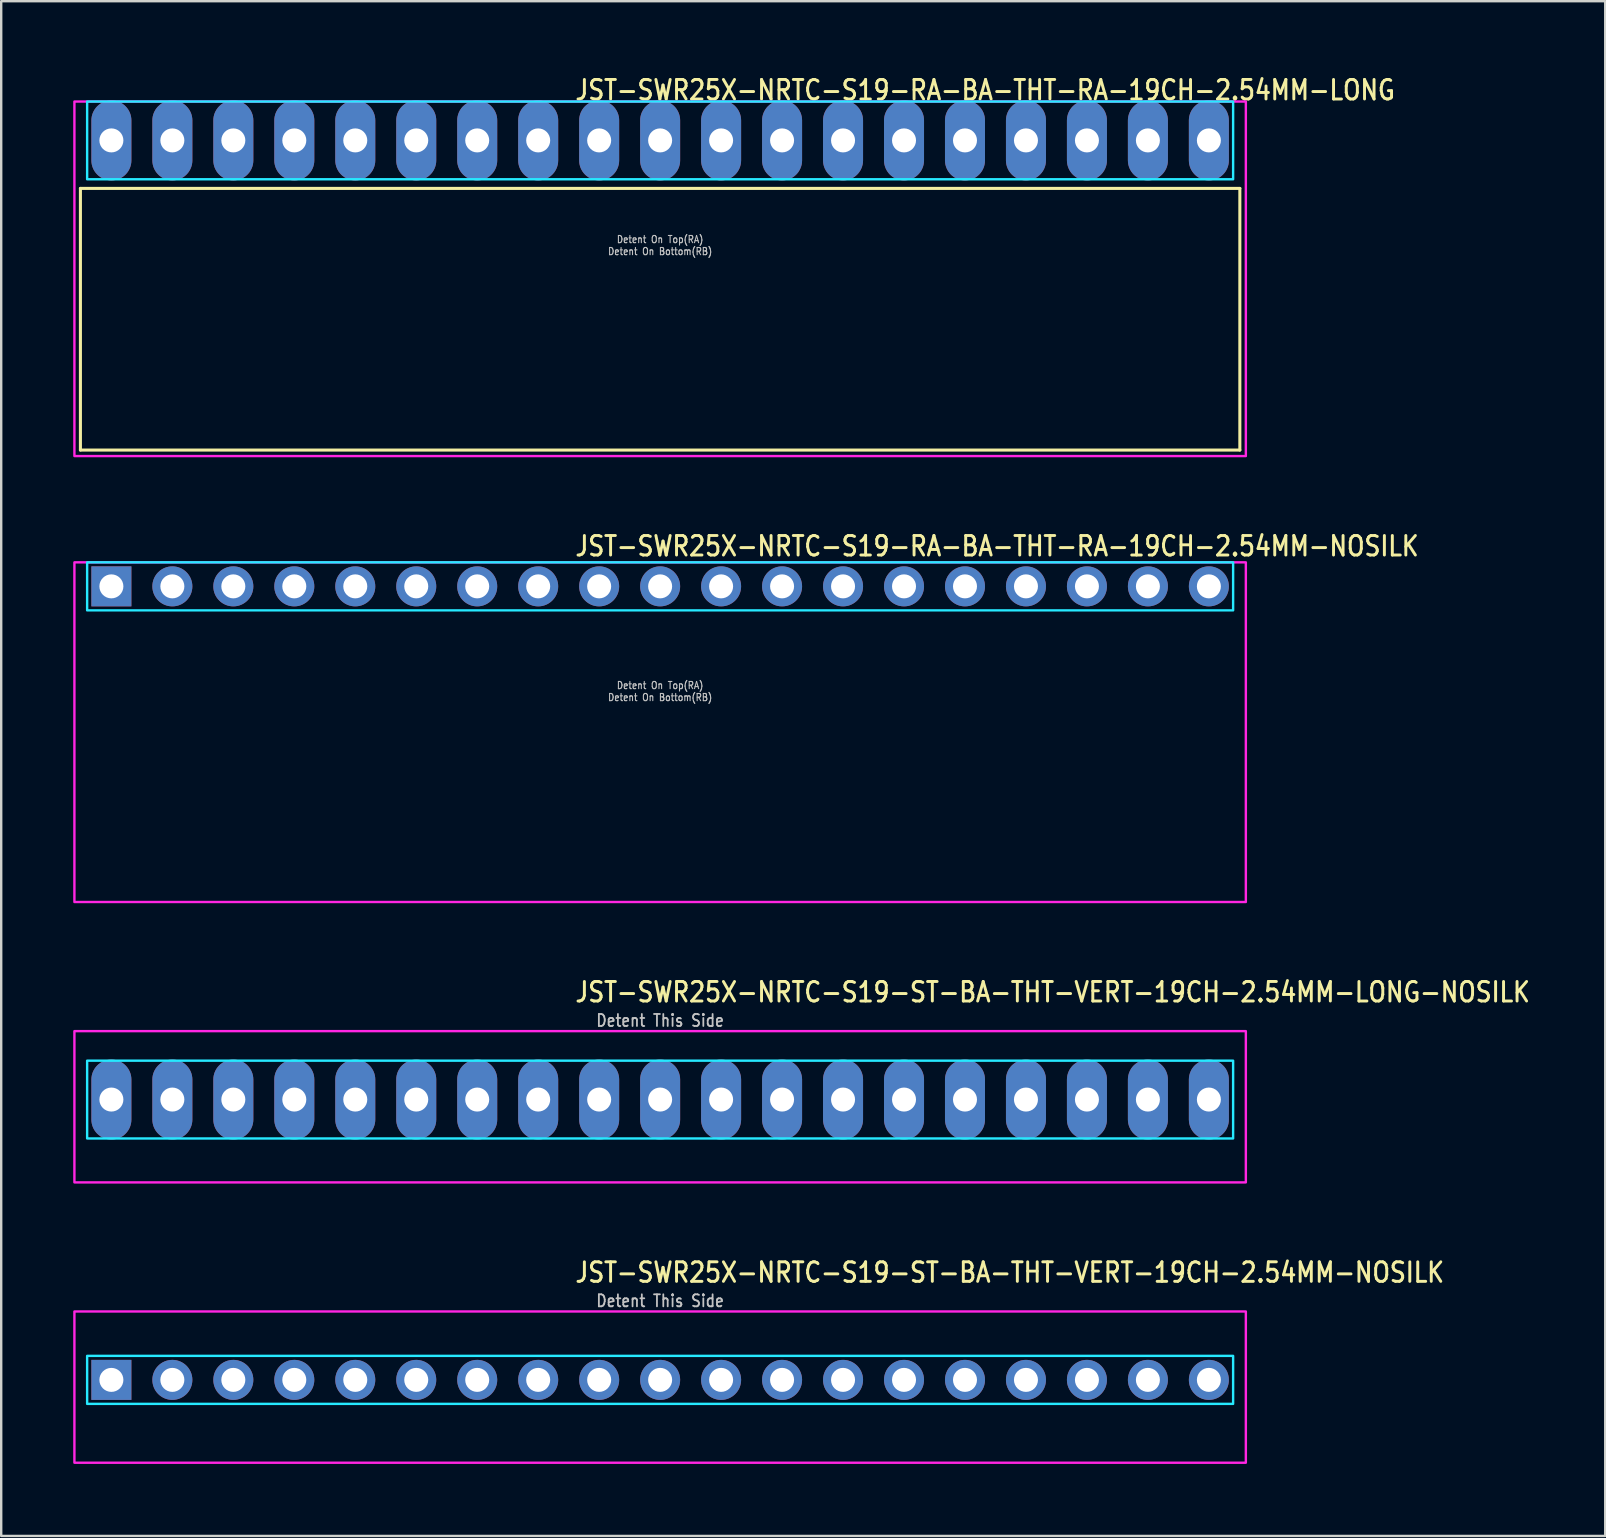
<source format=kicad_pcb>
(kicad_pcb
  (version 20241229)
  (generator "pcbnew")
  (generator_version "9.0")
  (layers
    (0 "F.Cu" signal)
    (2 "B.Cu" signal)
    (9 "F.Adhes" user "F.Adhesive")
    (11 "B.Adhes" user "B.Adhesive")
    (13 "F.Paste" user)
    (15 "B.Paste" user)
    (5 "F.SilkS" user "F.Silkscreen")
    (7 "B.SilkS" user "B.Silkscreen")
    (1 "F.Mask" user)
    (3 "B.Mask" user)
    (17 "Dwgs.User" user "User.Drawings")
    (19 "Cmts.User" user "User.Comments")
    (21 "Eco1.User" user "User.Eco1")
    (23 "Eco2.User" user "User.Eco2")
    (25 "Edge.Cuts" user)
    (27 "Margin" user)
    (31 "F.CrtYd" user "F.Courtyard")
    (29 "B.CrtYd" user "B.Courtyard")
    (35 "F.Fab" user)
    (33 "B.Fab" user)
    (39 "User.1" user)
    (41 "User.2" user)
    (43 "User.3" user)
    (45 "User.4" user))
  (footprint "JST-SWR25X-NRTC-S19-ST-BA-THT-VERT-19CH-2.54MM-LONG-NOSILK"
    (layer "F.Cu")
    (at 24.45 42.756)
    (property "Reference" "JST-SWR25X-NRTC-S19-ST-BA-THT-VERT-19CH-2.54MM-LONG-NOSILK" (at -3.6 -4 0) (unlocked yes) (layer "F.SilkS") (effects (font (size 0.813 0.695) (thickness 0.122)) (justify left bottom)))
    (fp_poly (pts (xy -23.87 -1.62) (xy -23.87 1.62) (xy 23.87 1.62) (xy 23.87 -1.62)) (stroke (width 0.1) (type solid)) (fill no) (layer "B.CrtYd"))
    (fp_poly (pts (xy -24.4 -2.85) (xy -24.4 3.45) (xy 24.4 3.45) (xy 24.4 -2.85)) (stroke (width 0.1) (type solid)) (fill no) (layer "F.CrtYd"))
    (fp_text user "Detent This Side" (at 0 -3 0) (unlocked yes) (layer "Dwgs.User") (effects (font (size 0.5 0.427) (thickness 0.075)) (justify bottom)))
    (pad "P$1" thru_hole oval (at -22.86 0 90) (size 3.333 1.667) (drill 1) (layers "*.Cu" "*.Mask"))
    (pad "P$2" thru_hole oval (at -20.32 0 90) (size 3.333 1.667) (drill 1) (layers "*.Cu" "*.Mask"))
    (pad "P$3" thru_hole oval (at -17.78 0 90) (size 3.333 1.667) (drill 1) (layers "*.Cu" "*.Mask"))
    (pad "P$4" thru_hole oval (at -15.24 0 90) (size 3.333 1.667) (drill 1) (layers "*.Cu" "*.Mask"))
    (pad "P$5" thru_hole oval (at -12.7 0 90) (size 3.333 1.667) (drill 1) (layers "*.Cu" "*.Mask"))
    (pad "P$6" thru_hole oval (at -10.16 0 90) (size 3.333 1.667) (drill 1) (layers "*.Cu" "*.Mask"))
    (pad "P$7" thru_hole oval (at -7.62 0 90) (size 3.333 1.667) (drill 1) (layers "*.Cu" "*.Mask"))
    (pad "P$8" thru_hole oval (at -5.08 0 90) (size 3.333 1.667) (drill 1) (layers "*.Cu" "*.Mask"))
    (pad "P$9" thru_hole oval (at -2.54 0 90) (size 3.333 1.667) (drill 1) (layers "*.Cu" "*.Mask"))
    (pad "P$10" thru_hole oval (at 0 0 90) (size 3.333 1.667) (drill 1) (layers "*.Cu" "*.Mask"))
    (pad "P$11" thru_hole oval (at 2.54 0 90) (size 3.333 1.667) (drill 1) (layers "*.Cu" "*.Mask"))
    (pad "P$12" thru_hole oval (at 5.08 0 90) (size 3.333 1.667) (drill 1) (layers "*.Cu" "*.Mask"))
    (pad "P$13" thru_hole oval (at 7.62 0 90) (size 3.333 1.667) (drill 1) (layers "*.Cu" "*.Mask"))
    (pad "P$14" thru_hole oval (at 10.16 0 90) (size 3.333 1.667) (drill 1) (layers "*.Cu" "*.Mask"))
    (pad "P$15" thru_hole oval (at 12.7 0 90) (size 3.333 1.667) (drill 1) (layers "*.Cu" "*.Mask"))
    (pad "P$16" thru_hole oval (at 15.24 0 90) (size 3.333 1.667) (drill 1) (layers "*.Cu" "*.Mask"))
    (pad "P$17" thru_hole oval (at 17.78 0 90) (size 3.333 1.667) (drill 1) (layers "*.Cu" "*.Mask"))
    (pad "P$18" thru_hole oval (at 20.32 0 90) (size 3.333 1.667) (drill 1) (layers "*.Cu" "*.Mask"))
    (pad "P$19" thru_hole oval (at 22.86 0 90) (size 3.333 1.667) (drill 1) (layers "*.Cu" "*.Mask")))
  (footprint "JST-SWR25X-NRTC-S19-RA-BA-THT-RA-19CH-2.54MM-NOSILK"
    (layer "F.Cu")
    (at 24.45 21.377)
    (property "Reference" "JST-SWR25X-NRTC-S19-RA-BA-THT-RA-19CH-2.54MM-NOSILK" (at -3.6 -1.2 0) (unlocked yes) (layer "F.SilkS") (effects (font (size 0.813 0.695) (thickness 0.122)) (justify left bottom)))
    (fp_poly (pts (xy -23.87 -1) (xy -23.87 1) (xy 23.87 1) (xy 23.87 -1)) (stroke (width 0.1) (type solid)) (fill no) (layer "B.CrtYd"))
    (fp_poly (pts (xy -24.4 -1) (xy -24.4 13.15) (xy 24.4 13.15) (xy 24.4 -1)) (stroke (width 0.1) (type solid)) (fill no) (layer "F.CrtYd"))
    (fp_text user "Detent On Bottom(RB)" (at 0 4.8 0) (unlocked yes) (layer "Dwgs.User") (effects (font (size 0.3 0.257) (thickness 0.045)) (justify bottom)))
    (fp_text user "Detent On Top(RA)" (at 0 4.3 0) (unlocked yes) (layer "Dwgs.User") (effects (font (size 0.3 0.257) (thickness 0.045)) (justify bottom)))
    (pad "P$1" thru_hole rect (at -22.86 0) (size 1.667 1.667) (drill 1) (layers "*.Cu" "*.Mask"))
    (pad "P$2" thru_hole oval (at -20.32 0) (size 1.667 1.667) (drill 1) (layers "*.Cu" "*.Mask"))
    (pad "P$3" thru_hole oval (at -17.78 0) (size 1.667 1.667) (drill 1) (layers "*.Cu" "*.Mask"))
    (pad "P$4" thru_hole oval (at -15.24 0) (size 1.667 1.667) (drill 1) (layers "*.Cu" "*.Mask"))
    (pad "P$5" thru_hole oval (at -12.7 0) (size 1.667 1.667) (drill 1) (layers "*.Cu" "*.Mask"))
    (pad "P$6" thru_hole oval (at -10.16 0) (size 1.667 1.667) (drill 1) (layers "*.Cu" "*.Mask"))
    (pad "P$7" thru_hole oval (at -7.62 0) (size 1.667 1.667) (drill 1) (layers "*.Cu" "*.Mask"))
    (pad "P$8" thru_hole oval (at -5.08 0) (size 1.667 1.667) (drill 1) (layers "*.Cu" "*.Mask"))
    (pad "P$9" thru_hole oval (at -2.54 0) (size 1.667 1.667) (drill 1) (layers "*.Cu" "*.Mask"))
    (pad "P$10" thru_hole oval (at 0 0) (size 1.667 1.667) (drill 1) (layers "*.Cu" "*.Mask"))
    (pad "P$11" thru_hole oval (at 2.54 0) (size 1.667 1.667) (drill 1) (layers "*.Cu" "*.Mask"))
    (pad "P$12" thru_hole oval (at 5.08 0) (size 1.667 1.667) (drill 1) (layers "*.Cu" "*.Mask"))
    (pad "P$13" thru_hole oval (at 7.62 0) (size 1.667 1.667) (drill 1) (layers "*.Cu" "*.Mask"))
    (pad "P$14" thru_hole oval (at 10.16 0) (size 1.667 1.667) (drill 1) (layers "*.Cu" "*.Mask"))
    (pad "P$15" thru_hole oval (at 12.7 0) (size 1.667 1.667) (drill 1) (layers "*.Cu" "*.Mask"))
    (pad "P$16" thru_hole oval (at 15.24 0) (size 1.667 1.667) (drill 1) (layers "*.Cu" "*.Mask"))
    (pad "P$17" thru_hole oval (at 17.78 0) (size 1.667 1.667) (drill 1) (layers "*.Cu" "*.Mask"))
    (pad "P$18" thru_hole oval (at 20.32 0) (size 1.667 1.667) (drill 1) (layers "*.Cu" "*.Mask"))
    (pad "P$19" thru_hole oval (at 22.86 0) (size 1.667 1.667) (drill 1) (layers "*.Cu" "*.Mask")))
  (footprint "JST-SWR25X-NRTC-S19-ST-BA-THT-VERT-19CH-2.54MM-NOSILK"
    (layer "F.Cu")
    (at 24.45 54.434)
    (property "Reference" "JST-SWR25X-NRTC-S19-ST-BA-THT-VERT-19CH-2.54MM-NOSILK" (at -3.6 -4 0) (unlocked yes) (layer "F.SilkS") (effects (font (size 0.813 0.695) (thickness 0.122)) (justify left bottom)))
    (fp_poly (pts (xy -23.87 -1) (xy -23.87 1) (xy 23.87 1) (xy 23.87 -1)) (stroke (width 0.1) (type solid)) (fill no) (layer "B.CrtYd"))
    (fp_poly (pts (xy -24.4 -2.85) (xy -24.4 3.45) (xy 24.4 3.45) (xy 24.4 -2.85)) (stroke (width 0.1) (type solid)) (fill no) (layer "F.CrtYd"))
    (fp_text user "Detent This Side" (at 0 -3 0) (unlocked yes) (layer "Dwgs.User") (effects (font (size 0.5 0.427) (thickness 0.075)) (justify bottom)))
    (pad "P$1" thru_hole rect (at -22.86 0) (size 1.667 1.667) (drill 1) (layers "*.Cu" "*.Mask"))
    (pad "P$2" thru_hole oval (at -20.32 0) (size 1.667 1.667) (drill 1) (layers "*.Cu" "*.Mask"))
    (pad "P$3" thru_hole oval (at -17.78 0) (size 1.667 1.667) (drill 1) (layers "*.Cu" "*.Mask"))
    (pad "P$4" thru_hole oval (at -15.24 0) (size 1.667 1.667) (drill 1) (layers "*.Cu" "*.Mask"))
    (pad "P$5" thru_hole oval (at -12.7 0) (size 1.667 1.667) (drill 1) (layers "*.Cu" "*.Mask"))
    (pad "P$6" thru_hole oval (at -10.16 0) (size 1.667 1.667) (drill 1) (layers "*.Cu" "*.Mask"))
    (pad "P$7" thru_hole oval (at -7.62 0) (size 1.667 1.667) (drill 1) (layers "*.Cu" "*.Mask"))
    (pad "P$8" thru_hole oval (at -5.08 0) (size 1.667 1.667) (drill 1) (layers "*.Cu" "*.Mask"))
    (pad "P$9" thru_hole oval (at -2.54 0) (size 1.667 1.667) (drill 1) (layers "*.Cu" "*.Mask"))
    (pad "P$10" thru_hole oval (at 0 0) (size 1.667 1.667) (drill 1) (layers "*.Cu" "*.Mask"))
    (pad "P$11" thru_hole oval (at 2.54 0) (size 1.667 1.667) (drill 1) (layers "*.Cu" "*.Mask"))
    (pad "P$12" thru_hole oval (at 5.08 0) (size 1.667 1.667) (drill 1) (layers "*.Cu" "*.Mask"))
    (pad "P$13" thru_hole oval (at 7.62 0) (size 1.667 1.667) (drill 1) (layers "*.Cu" "*.Mask"))
    (pad "P$14" thru_hole oval (at 10.16 0) (size 1.667 1.667) (drill 1) (layers "*.Cu" "*.Mask"))
    (pad "P$15" thru_hole oval (at 12.7 0) (size 1.667 1.667) (drill 1) (layers "*.Cu" "*.Mask"))
    (pad "P$16" thru_hole oval (at 15.24 0) (size 1.667 1.667) (drill 1) (layers "*.Cu" "*.Mask"))
    (pad "P$17" thru_hole oval (at 17.78 0) (size 1.667 1.667) (drill 1) (layers "*.Cu" "*.Mask"))
    (pad "P$18" thru_hole oval (at 20.32 0) (size 1.667 1.667) (drill 1) (layers "*.Cu" "*.Mask"))
    (pad "P$19" thru_hole oval (at 22.86 0) (size 1.667 1.667) (drill 1) (layers "*.Cu" "*.Mask")))
  (footprint "JST-SWR25X-NRTC-S19-RA-BA-THT-RA-19CH-2.54MM-LONG"
    (layer "F.Cu")
    (at 24.45 2.799)
    (property "Reference" "JST-SWR25X-NRTC-S19-RA-BA-THT-RA-19CH-2.54MM-LONG" (at -3.6 -1.62 0) (unlocked yes) (layer "F.SilkS") (effects (font (size 0.813 0.695) (thickness 0.122)) (justify left bottom)))
    (fp_line (start -24.15 2) (end 24.15 2) (stroke (width 0.127) (type solid)) (layer "F.SilkS"))
    (fp_line (start -24.15 12.9) (end -24.15 2) (stroke (width 0.127) (type solid)) (layer "F.SilkS"))
    (fp_line (start -24.15 12.9) (end 24.15 12.9) (stroke (width 0.127) (type solid)) (layer "F.SilkS"))
    (fp_line (start 24.15 2) (end 24.15 12.9) (stroke (width 0.127) (type solid)) (layer "F.SilkS"))
    (fp_poly (pts (xy -23.87 -1.62) (xy -23.87 1.62) (xy 23.87 1.62) (xy 23.87 -1.62)) (stroke (width 0.1) (type solid)) (fill no) (layer "B.CrtYd"))
    (fp_poly (pts (xy -24.4 -1.62) (xy -24.4 13.15) (xy 24.4 13.15) (xy 24.4 -1.62)) (stroke (width 0.1) (type solid)) (fill no) (layer "F.CrtYd"))
    (fp_text user "Detent On Bottom(RB)" (at 0 4.8 0) (unlocked yes) (layer "Dwgs.User") (effects (font (size 0.3 0.257) (thickness 0.045)) (justify bottom)))
    (fp_text user "Detent On Top(RA)" (at 0 4.3 0) (unlocked yes) (layer "Dwgs.User") (effects (font (size 0.3 0.257) (thickness 0.045)) (justify bottom)))
    (pad "P$1" thru_hole oval (at -22.86 0 90) (size 3.333 1.667) (drill 1) (layers "*.Cu" "*.Mask"))
    (pad "P$2" thru_hole oval (at -20.32 0 90) (size 3.333 1.667) (drill 1) (layers "*.Cu" "*.Mask"))
    (pad "P$3" thru_hole oval (at -17.78 0 90) (size 3.333 1.667) (drill 1) (layers "*.Cu" "*.Mask"))
    (pad "P$4" thru_hole oval (at -15.24 0 90) (size 3.333 1.667) (drill 1) (layers "*.Cu" "*.Mask"))
    (pad "P$5" thru_hole oval (at -12.7 0 90) (size 3.333 1.667) (drill 1) (layers "*.Cu" "*.Mask"))
    (pad "P$6" thru_hole oval (at -10.16 0 90) (size 3.333 1.667) (drill 1) (layers "*.Cu" "*.Mask"))
    (pad "P$7" thru_hole oval (at -7.62 0 90) (size 3.333 1.667) (drill 1) (layers "*.Cu" "*.Mask"))
    (pad "P$8" thru_hole oval (at -5.08 0 90) (size 3.333 1.667) (drill 1) (layers "*.Cu" "*.Mask"))
    (pad "P$9" thru_hole oval (at -2.54 0 90) (size 3.333 1.667) (drill 1) (layers "*.Cu" "*.Mask"))
    (pad "P$10" thru_hole oval (at 0 0 90) (size 3.333 1.667) (drill 1) (layers "*.Cu" "*.Mask"))
    (pad "P$11" thru_hole oval (at 2.54 0 90) (size 3.333 1.667) (drill 1) (layers "*.Cu" "*.Mask"))
    (pad "P$12" thru_hole oval (at 5.08 0 90) (size 3.333 1.667) (drill 1) (layers "*.Cu" "*.Mask"))
    (pad "P$13" thru_hole oval (at 7.62 0 90) (size 3.333 1.667) (drill 1) (layers "*.Cu" "*.Mask"))
    (pad "P$14" thru_hole oval (at 10.16 0 90) (size 3.333 1.667) (drill 1) (layers "*.Cu" "*.Mask"))
    (pad "P$15" thru_hole oval (at 12.7 0 90) (size 3.333 1.667) (drill 1) (layers "*.Cu" "*.Mask"))
    (pad "P$16" thru_hole oval (at 15.24 0 90) (size 3.333 1.667) (drill 1) (layers "*.Cu" "*.Mask"))
    (pad "P$17" thru_hole oval (at 17.78 0 90) (size 3.333 1.667) (drill 1) (layers "*.Cu" "*.Mask"))
    (pad "P$18" thru_hole oval (at 20.32 0 90) (size 3.333 1.667) (drill 1) (layers "*.Cu" "*.Mask"))
    (pad "P$19" thru_hole oval (at 22.86 0 90) (size 3.333 1.667) (drill 1) (layers "*.Cu" "*.Mask")))
  (gr_rect
    (start -3 -3)
    (end 63.821 60.934)
    (stroke (width 0.1) (type default))
    (fill no)
    (layer "Edge.Cuts")))
</source>
